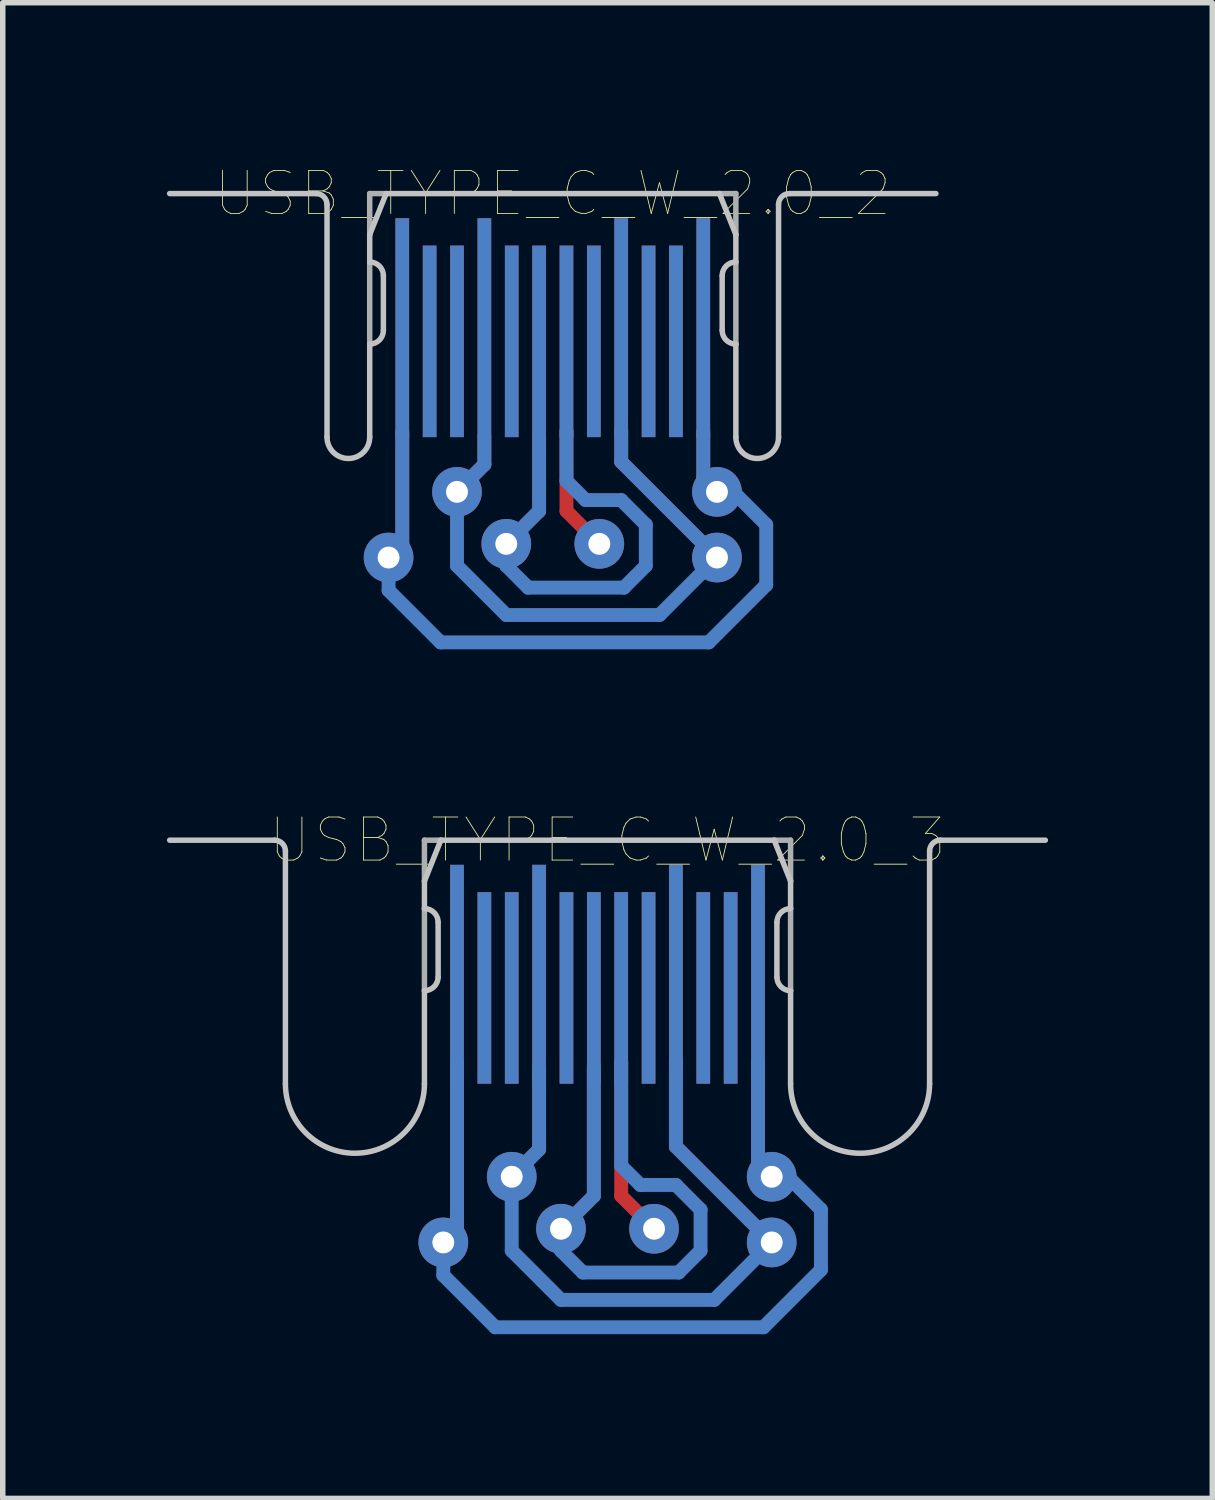
<source format=kicad_pcb>
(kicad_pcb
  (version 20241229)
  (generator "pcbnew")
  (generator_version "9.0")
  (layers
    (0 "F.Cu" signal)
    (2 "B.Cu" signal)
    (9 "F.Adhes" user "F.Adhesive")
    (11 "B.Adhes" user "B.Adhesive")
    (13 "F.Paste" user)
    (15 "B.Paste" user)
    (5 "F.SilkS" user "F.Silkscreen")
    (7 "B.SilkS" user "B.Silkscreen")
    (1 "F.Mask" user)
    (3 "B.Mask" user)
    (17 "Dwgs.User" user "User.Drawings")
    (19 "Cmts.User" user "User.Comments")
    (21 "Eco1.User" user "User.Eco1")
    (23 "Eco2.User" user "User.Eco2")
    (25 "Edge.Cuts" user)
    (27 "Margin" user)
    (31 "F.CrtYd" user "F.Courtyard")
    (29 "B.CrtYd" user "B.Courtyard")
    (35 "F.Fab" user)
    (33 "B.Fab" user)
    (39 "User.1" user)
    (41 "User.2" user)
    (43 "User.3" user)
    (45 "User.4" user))
  (footprint "USB_TYPE_C_W_2.0_2"
    (layer "F.Cu")
    (at 7.05 0.487)
    (property "Reference" "USB_TYPE_C_W_2.0_2" (at 0 0 0) (layer "F.SilkS") (effects (font (size 0.787 0.787) (thickness 0.015))))
    (attr through_hole)
    (fp_line (start -2.75 4.4) (end -2.75 6.4) (stroke (width 0.254) (type solid)) (layer "F.Cu"))
    (fp_line (start -2.75 6.4) (end -3 6.65) (stroke (width 0.254) (type solid)) (layer "F.Cu"))
    (fp_line (start -1.25 4.45) (end -1.25 4.95) (stroke (width 0.254) (type solid)) (layer "F.Cu"))
    (fp_line (start -1.25 4.95) (end -1.75 5.45) (stroke (width 0.254) (type solid)) (layer "F.Cu"))
    (fp_line (start -0.25 4.4) (end -0.25 5.8) (stroke (width 0.254) (type solid)) (layer "F.Cu"))
    (fp_line (start -0.25 5.8) (end -0.85 6.4) (stroke (width 0.254) (type solid)) (layer "F.Cu"))
    (fp_line (start 0.25 4.35) (end 0.25 5.8) (stroke (width 0.254) (type solid)) (layer "F.Cu"))
    (fp_line (start 0.25 5.8) (end 0.85 6.4) (stroke (width 0.254) (type solid)) (layer "F.Cu"))
    (fp_line (start 1.25 4.3) (end 1.25 4.9) (stroke (width 0.254) (type solid)) (layer "F.Cu"))
    (fp_line (start 1.25 4.9) (end 3 6.65) (stroke (width 0.254) (type solid)) (layer "F.Cu"))
    (fp_line (start 2.75 4.4) (end 2.75 5.2) (stroke (width 0.254) (type solid)) (layer "F.Cu"))
    (fp_line (start 2.75 5.2) (end 3 5.45) (stroke (width 0.254) (type solid)) (layer "F.Cu"))
    (fp_line (start -3 7.25) (end -3 6.65) (stroke (width 0.254) (type solid)) (layer "B.Cu"))
    (fp_line (start -2.75 4.35) (end -2.75 6.4) (stroke (width 0.254) (type solid)) (layer "B.Cu"))
    (fp_line (start -2.75 6.4) (end -3 6.65) (stroke (width 0.254) (type solid)) (layer "B.Cu"))
    (fp_line (start -2.05 8.2) (end -3 7.25) (stroke (width 0.254) (type solid)) (layer "B.Cu"))
    (fp_line (start -1.75 6.8) (end -1.75 5.45) (stroke (width 0.254) (type solid)) (layer "B.Cu"))
    (fp_line (start -1.25 4.45) (end -1.25 4.95) (stroke (width 0.254) (type solid)) (layer "B.Cu"))
    (fp_line (start -1.25 4.95) (end -1.75 5.45) (stroke (width 0.254) (type solid)) (layer "B.Cu"))
    (fp_line (start -0.85 6.8) (end -0.85 6.45) (stroke (width 0.254) (type solid)) (layer "B.Cu"))
    (fp_line (start -0.85 7.7) (end -1.75 6.8) (stroke (width 0.254) (type solid)) (layer "B.Cu"))
    (fp_line (start -0.45 7.2) (end -0.85 6.8) (stroke (width 0.254) (type solid)) (layer "B.Cu"))
    (fp_line (start -0.25 4.45) (end -0.25 5.8) (stroke (width 0.254) (type solid)) (layer "B.Cu"))
    (fp_line (start -0.25 5.8) (end -0.85 6.4) (stroke (width 0.254) (type solid)) (layer "B.Cu"))
    (fp_line (start 0.25 4.35) (end 0.25 5.25) (stroke (width 0.254) (type solid)) (layer "B.Cu"))
    (fp_line (start 0.25 5.25) (end 0.6 5.6) (stroke (width 0.254) (type solid)) (layer "B.Cu"))
    (fp_line (start 0.6 5.6) (end 1.25 5.6) (stroke (width 0.254) (type solid)) (layer "B.Cu"))
    (fp_line (start 1.25 4.35) (end 1.25 4.9) (stroke (width 0.254) (type solid)) (layer "B.Cu"))
    (fp_line (start 1.25 4.9) (end 3 6.65) (stroke (width 0.254) (type solid)) (layer "B.Cu"))
    (fp_line (start 1.25 5.6) (end 1.7 6.05) (stroke (width 0.254) (type solid)) (layer "B.Cu"))
    (fp_line (start 1.3 7.2) (end -0.45 7.2) (stroke (width 0.254) (type solid)) (layer "B.Cu"))
    (fp_line (start 1.7 6.05) (end 1.7 6.8) (stroke (width 0.254) (type solid)) (layer "B.Cu"))
    (fp_line (start 1.7 6.8) (end 1.3 7.2) (stroke (width 0.254) (type solid)) (layer "B.Cu"))
    (fp_line (start 1.95 7.7) (end -0.85 7.7) (stroke (width 0.254) (type solid)) (layer "B.Cu"))
    (fp_line (start 1.95 7.7) (end 3 6.65) (stroke (width 0.254) (type solid)) (layer "B.Cu"))
    (fp_line (start 2.75 4.35) (end 2.75 5.2) (stroke (width 0.254) (type solid)) (layer "B.Cu"))
    (fp_line (start 2.75 5.2) (end 3 5.45) (stroke (width 0.254) (type solid)) (layer "B.Cu"))
    (fp_line (start 2.85 8.2) (end -2.05 8.2) (stroke (width 0.254) (type solid)) (layer "B.Cu"))
    (fp_line (start 3 5.45) (end 3.3 5.45) (stroke (width 0.254) (type solid)) (layer "B.Cu"))
    (fp_line (start 3.3 5.45) (end 3.9 6.05) (stroke (width 0.254) (type solid)) (layer "B.Cu"))
    (fp_line (start 3.9 6.05) (end 3.9 7.15) (stroke (width 0.254) (type solid)) (layer "B.Cu"))
    (fp_line (start 3.9 7.15) (end 2.85 8.2) (stroke (width 0.254) (type solid)) (layer "B.Cu"))
    (fp_line (start -7 0) (end -4.325 0) (stroke (width 0.1) (type solid)) (layer "Dwgs.User"))
    (fp_line (start -4.125 0.2) (end -4.125 4.45) (stroke (width 0.1) (type solid)) (layer "Dwgs.User"))
    (fp_line (start -3.345 0.75) (end -3.345 1.25) (stroke (width 0.1) (type solid)) (layer "Dwgs.User"))
    (fp_line (start -3.345 2.75) (end -3.345 4.45) (stroke (width 0.1) (type solid)) (layer "Dwgs.User"))
    (fp_line (start -3.095 1.5) (end -3.095 2.5) (stroke (width 0.1) (type solid)) (layer "Dwgs.User"))
    (fp_line (start -3.045 0) (end -3.345 0.75) (stroke (width 0.1) (type solid)) (layer "Dwgs.User"))
    (fp_line (start -3.045 0) (end 3.045 0) (stroke (width 0.1) (type solid)) (layer "Dwgs.User"))
    (fp_line (start 3.045 0) (end 3.345 0.75) (stroke (width 0.1) (type solid)) (layer "Dwgs.User"))
    (fp_line (start 3.095 1.5) (end 3.095 2.5) (stroke (width 0.1) (type solid)) (layer "Dwgs.User"))
    (fp_line (start 3.345 0.75) (end 3.345 1.25) (stroke (width 0.1) (type solid)) (layer "Dwgs.User"))
    (fp_line (start 3.345 2.75) (end 3.345 4.45) (stroke (width 0.1) (type solid)) (layer "Dwgs.User"))
    (fp_line (start 4.125 0.2) (end 4.125 4.45) (stroke (width 0.1) (type solid)) (layer "Dwgs.User"))
    (fp_line (start 7 0) (end 4.325 0) (stroke (width 0.1) (type solid)) (layer "Dwgs.User"))
    (fp_arc (start -4.325 0) (mid -4.183579 0.058579) (end -4.125 0.2) (stroke (width 0.1) (type solid)) (layer "Dwgs.User"))
    (fp_arc (start -3.345 1.25) (mid -3.168223 1.323223) (end -3.095 1.5) (stroke (width 0.1) (type solid)) (layer "Dwgs.User"))
    (fp_arc (start -3.345 4.45) (mid -3.735 4.84) (end -4.125 4.45) (stroke (width 0.1) (type solid)) (layer "Dwgs.User"))
    (fp_arc (start -3.095 2.5) (mid -3.168223 2.676777) (end -3.345 2.75) (stroke (width 0.1) (type solid)) (layer "Dwgs.User"))
    (fp_arc (start 3.095 1.5) (mid 3.168223 1.323223) (end 3.345 1.25) (stroke (width 0.1) (type solid)) (layer "Dwgs.User"))
    (fp_arc (start 3.345 2.75) (mid 3.168223 2.676777) (end 3.095 2.5) (stroke (width 0.1) (type solid)) (layer "Dwgs.User"))
    (fp_arc (start 4.125 0.2) (mid 4.183579 0.058579) (end 4.325 0) (stroke (width 0.1) (type solid)) (layer "Dwgs.User"))
    (fp_arc (start 4.125 4.45) (mid 3.735 4.84) (end 3.345 4.45) (stroke (width 0.1) (type solid)) (layer "Dwgs.User"))
    (fp_line (start -3.345 0) (end -3.345 0.75) (stroke (width 0.1) (type solid)) (layer "F.Fab"))
    (fp_line (start -3.345 0) (end -3.045 0) (stroke (width 0.1) (type solid)) (layer "F.Fab"))
    (fp_line (start -3.345 1.25) (end -3.345 2.75) (stroke (width 0.1) (type solid)) (layer "F.Fab"))
    (fp_line (start 3.045 0) (end 3.345 0) (stroke (width 0.1) (type solid)) (layer "F.Fab"))
    (fp_line (start 3.345 0) (end 3.345 0.75) (stroke (width 0.1) (type solid)) (layer "F.Fab"))
    (fp_line (start 3.345 1.25) (end 3.345 2.75) (stroke (width 0.1) (type solid)) (layer "F.Fab"))
    (pad "A1" smd rect (at 2.75 2.45) (size 0.25 4) (layers "F.Cu" "F.Mask" "F.Paste"))
    (pad "A2" smd rect (at 2.25 2.7) (size 0.25 3.5) (layers "F.Cu" "F.Mask" "F.Paste"))
    (pad "A3" smd rect (at 1.75 2.7) (size 0.25 3.5) (layers "F.Cu" "F.Mask" "F.Paste"))
    (pad "A4" smd rect (at 1.25 2.45) (size 0.25 4) (layers "F.Cu" "F.Mask" "F.Paste"))
    (pad "A5" smd rect (at 0.75 2.7) (size 0.25 3.5) (layers "F.Cu" "F.Mask" "F.Paste"))
    (pad "A6" smd rect (at 0.25 2.7) (size 0.25 3.5) (layers "F.Cu" "F.Mask" "F.Paste"))
    (pad "A7" smd rect (at -0.25 2.7) (size 0.25 3.5) (layers "F.Cu" "F.Mask" "F.Paste"))
    (pad "A8" smd rect (at -0.75 2.7) (size 0.25 3.5) (layers "F.Cu" "F.Mask" "F.Paste"))
    (pad "A9" smd rect (at -1.25 2.45) (size 0.25 4) (layers "F.Cu" "F.Mask" "F.Paste"))
    (pad "A10" smd rect (at -1.75 2.7) (size 0.25 3.5) (layers "F.Cu" "F.Mask" "F.Paste"))
    (pad "A11" smd rect (at -2.25 2.7) (size 0.25 3.5) (layers "F.Cu" "F.Mask" "F.Paste"))
    (pad "A12" smd rect (at -2.75 2.45) (size 0.25 4) (layers "F.Cu" "F.Mask" "F.Paste"))
    (pad "B1" smd rect (at -2.75 2.45) (size 0.25 4) (layers "B.Cu" "B.Mask" "B.Paste"))
    (pad "B2" smd rect (at -2.25 2.7) (size 0.25 3.5) (layers "B.Cu" "B.Mask" "B.Paste"))
    (pad "B3" smd rect (at -1.75 2.7) (size 0.25 3.5) (layers "B.Cu" "B.Mask" "B.Paste"))
    (pad "B4" smd rect (at -1.25 2.45) (size 0.25 4) (layers "B.Cu" "B.Mask" "B.Paste"))
    (pad "B5" smd rect (at -0.75 2.7) (size 0.25 3.5) (layers "B.Cu" "B.Mask" "B.Paste"))
    (pad "B6" smd rect (at -0.25 2.7) (size 0.25 3.5) (layers "B.Cu" "B.Mask" "B.Paste"))
    (pad "B7" smd rect (at 0.25 2.7) (size 0.25 3.5) (layers "B.Cu" "B.Mask" "B.Paste"))
    (pad "B8" smd rect (at 0.75 2.7) (size 0.25 3.5) (layers "B.Cu" "B.Mask" "B.Paste"))
    (pad "B9" smd rect (at 1.25 2.45) (size 0.25 4) (layers "B.Cu" "B.Mask" "B.Paste"))
    (pad "B10" smd rect (at 1.75 2.7) (size 0.25 3.5) (layers "B.Cu" "B.Mask" "B.Paste"))
    (pad "B11" smd rect (at 2.25 2.7) (size 0.25 3.5) (layers "B.Cu" "B.Mask" "B.Paste"))
    (pad "B12" smd rect (at 2.75 2.45) (size 0.25 4) (layers "B.Cu" "B.Mask" "B.Paste"))
    (pad "D" thru_hole circle (at -0.85 6.4) (size 0.908 0.908) (drill 0.4) (layers "*.Cu" "*.Mask"))
    (pad "D+" thru_hole circle (at 0.85 6.4) (size 0.908 0.908) (drill 0.4) (layers "*.Cu" "*.Mask"))
    (pad "GND" thru_hole circle (at -3 6.65) (size 0.908 0.908) (drill 0.4) (layers "*.Cu" "*.Mask"))
    (pad "P$5" thru_hole circle (at -1.75 5.45) (size 0.908 0.908) (drill 0.4) (layers "*.Cu"))
    (pad "P$6" thru_hole circle (at 3 5.45) (size 0.908 0.908) (drill 0.4) (layers "*.Cu"))
    (pad "VBUS" thru_hole circle (at 3 6.65) (size 0.908 0.908) (drill 0.4) (layers "*.Cu" "*.Mask")))
  (footprint "USB_TYPE_C_W_2.0_3"
    (layer "F.Cu")
    (at 8.05 12.301)
    (property "Reference" "USB_TYPE_C_W_2.0_3" (at 0 0 0) (layer "F.SilkS") (effects (font (size 0.787 0.787) (thickness 0.015))))
    (attr through_hole)
    (fp_line (start -2.75 4.1) (end -2.75 7.1) (stroke (width 0.254) (type solid)) (layer "F.Cu"))
    (fp_line (start -2.75 7.1) (end -3 7.35) (stroke (width 0.254) (type solid)) (layer "F.Cu"))
    (fp_line (start -1.25 4.15) (end -1.25 5.65) (stroke (width 0.254) (type solid)) (layer "F.Cu"))
    (fp_line (start -1.25 5.65) (end -1.75 6.15) (stroke (width 0.254) (type solid)) (layer "F.Cu"))
    (fp_line (start -0.25 4.1) (end -0.25 6.5) (stroke (width 0.254) (type solid)) (layer "F.Cu"))
    (fp_line (start -0.25 6.5) (end -0.85 7.1) (stroke (width 0.254) (type solid)) (layer "F.Cu"))
    (fp_line (start 0.25 4.05) (end 0.25 6.5) (stroke (width 0.254) (type solid)) (layer "F.Cu"))
    (fp_line (start 0.25 6.5) (end 0.85 7.1) (stroke (width 0.254) (type solid)) (layer "F.Cu"))
    (fp_line (start 1.25 4) (end 1.25 5.6) (stroke (width 0.254) (type solid)) (layer "F.Cu"))
    (fp_line (start 1.25 5.6) (end 3 7.35) (stroke (width 0.254) (type solid)) (layer "F.Cu"))
    (fp_line (start 2.75 4.1) (end 2.75 5.9) (stroke (width 0.254) (type solid)) (layer "F.Cu"))
    (fp_line (start 2.75 5.9) (end 3 6.15) (stroke (width 0.254) (type solid)) (layer "F.Cu"))
    (fp_line (start -3 7.95) (end -3 7.35) (stroke (width 0.254) (type solid)) (layer "B.Cu"))
    (fp_line (start -2.75 4.05) (end -2.75 7.1) (stroke (width 0.254) (type solid)) (layer "B.Cu"))
    (fp_line (start -2.75 7.1) (end -3 7.35) (stroke (width 0.254) (type solid)) (layer "B.Cu"))
    (fp_line (start -2.05 8.9) (end -3 7.95) (stroke (width 0.254) (type solid)) (layer "B.Cu"))
    (fp_line (start -1.75 7.5) (end -1.75 6.15) (stroke (width 0.254) (type solid)) (layer "B.Cu"))
    (fp_line (start -1.25 4.15) (end -1.25 5.65) (stroke (width 0.254) (type solid)) (layer "B.Cu"))
    (fp_line (start -1.25 5.65) (end -1.75 6.15) (stroke (width 0.254) (type solid)) (layer "B.Cu"))
    (fp_line (start -0.85 7.5) (end -0.85 7.15) (stroke (width 0.254) (type solid)) (layer "B.Cu"))
    (fp_line (start -0.85 8.4) (end -1.75 7.5) (stroke (width 0.254) (type solid)) (layer "B.Cu"))
    (fp_line (start -0.45 7.9) (end -0.85 7.5) (stroke (width 0.254) (type solid)) (layer "B.Cu"))
    (fp_line (start -0.25 4.15) (end -0.25 6.5) (stroke (width 0.254) (type solid)) (layer "B.Cu"))
    (fp_line (start -0.25 6.5) (end -0.85 7.1) (stroke (width 0.254) (type solid)) (layer "B.Cu"))
    (fp_line (start 0.25 4.05) (end 0.25 5.95) (stroke (width 0.254) (type solid)) (layer "B.Cu"))
    (fp_line (start 0.25 5.95) (end 0.6 6.3) (stroke (width 0.254) (type solid)) (layer "B.Cu"))
    (fp_line (start 0.6 6.3) (end 1.25 6.3) (stroke (width 0.254) (type solid)) (layer "B.Cu"))
    (fp_line (start 1.25 4.05) (end 1.25 5.6) (stroke (width 0.254) (type solid)) (layer "B.Cu"))
    (fp_line (start 1.25 5.6) (end 3 7.35) (stroke (width 0.254) (type solid)) (layer "B.Cu"))
    (fp_line (start 1.25 6.3) (end 1.7 6.75) (stroke (width 0.254) (type solid)) (layer "B.Cu"))
    (fp_line (start 1.3 7.9) (end -0.45 7.9) (stroke (width 0.254) (type solid)) (layer "B.Cu"))
    (fp_line (start 1.7 6.75) (end 1.7 7.5) (stroke (width 0.254) (type solid)) (layer "B.Cu"))
    (fp_line (start 1.7 7.5) (end 1.3 7.9) (stroke (width 0.254) (type solid)) (layer "B.Cu"))
    (fp_line (start 1.95 8.4) (end -0.85 8.4) (stroke (width 0.254) (type solid)) (layer "B.Cu"))
    (fp_line (start 1.95 8.4) (end 3 7.35) (stroke (width 0.254) (type solid)) (layer "B.Cu"))
    (fp_line (start 2.75 4.05) (end 2.75 5.9) (stroke (width 0.254) (type solid)) (layer "B.Cu"))
    (fp_line (start 2.75 5.9) (end 3 6.15) (stroke (width 0.254) (type solid)) (layer "B.Cu"))
    (fp_line (start 2.85 8.9) (end -2.05 8.9) (stroke (width 0.254) (type solid)) (layer "B.Cu"))
    (fp_line (start 3 6.15) (end 3.3 6.15) (stroke (width 0.254) (type solid)) (layer "B.Cu"))
    (fp_line (start 3.3 6.15) (end 3.9 6.75) (stroke (width 0.254) (type solid)) (layer "B.Cu"))
    (fp_line (start 3.9 6.75) (end 3.9 7.85) (stroke (width 0.254) (type solid)) (layer "B.Cu"))
    (fp_line (start 3.9 7.85) (end 2.85 8.9) (stroke (width 0.254) (type solid)) (layer "B.Cu"))
    (fp_line (start -8 0) (end -6.085 0) (stroke (width 0.1) (type solid)) (layer "Dwgs.User"))
    (fp_line (start -5.885 0.2) (end -5.885 4.45) (stroke (width 0.1) (type solid)) (layer "Dwgs.User"))
    (fp_line (start -3.345 0.75) (end -3.345 1.25) (stroke (width 0.1) (type solid)) (layer "Dwgs.User"))
    (fp_line (start -3.345 2.75) (end -3.345 4.45) (stroke (width 0.1) (type solid)) (layer "Dwgs.User"))
    (fp_line (start -3.095 1.5) (end -3.095 2.5) (stroke (width 0.1) (type solid)) (layer "Dwgs.User"))
    (fp_line (start -3.045 0) (end -3.345 0.75) (stroke (width 0.1) (type solid)) (layer "Dwgs.User"))
    (fp_line (start -3.045 0) (end 3.045 0) (stroke (width 0.1) (type solid)) (layer "Dwgs.User"))
    (fp_line (start 3.045 0) (end 3.345 0.75) (stroke (width 0.1) (type solid)) (layer "Dwgs.User"))
    (fp_line (start 3.095 1.5) (end 3.095 2.5) (stroke (width 0.1) (type solid)) (layer "Dwgs.User"))
    (fp_line (start 3.345 0.75) (end 3.345 1.25) (stroke (width 0.1) (type solid)) (layer "Dwgs.User"))
    (fp_line (start 3.345 2.75) (end 3.345 4.45) (stroke (width 0.1) (type solid)) (layer "Dwgs.User"))
    (fp_line (start 5.885 0.2) (end 5.885 4.45) (stroke (width 0.1) (type solid)) (layer "Dwgs.User"))
    (fp_line (start 8 0) (end 6.085 0) (stroke (width 0.1) (type solid)) (layer "Dwgs.User"))
    (fp_arc (start -6.085 0) (mid -5.943579 0.058579) (end -5.885 0.2) (stroke (width 0.1) (type solid)) (layer "Dwgs.User"))
    (fp_arc (start -3.345 1.25) (mid -3.168223 1.323223) (end -3.095 1.5) (stroke (width 0.1) (type solid)) (layer "Dwgs.User"))
    (fp_arc (start -3.345 4.45) (mid -4.615 5.72) (end -5.885 4.45) (stroke (width 0.1) (type solid)) (layer "Dwgs.User"))
    (fp_arc (start -3.095 2.5) (mid -3.168223 2.676777) (end -3.345 2.75) (stroke (width 0.1) (type solid)) (layer "Dwgs.User"))
    (fp_arc (start 3.095 1.5) (mid 3.168223 1.323223) (end 3.345 1.25) (stroke (width 0.1) (type solid)) (layer "Dwgs.User"))
    (fp_arc (start 3.345 2.75) (mid 3.168223 2.676777) (end 3.095 2.5) (stroke (width 0.1) (type solid)) (layer "Dwgs.User"))
    (fp_arc (start 5.885 0.2) (mid 5.943579 0.058579) (end 6.085 0) (stroke (width 0.1) (type solid)) (layer "Dwgs.User"))
    (fp_arc (start 5.885 4.45) (mid 4.615 5.72) (end 3.345 4.45) (stroke (width 0.1) (type solid)) (layer "Dwgs.User"))
    (fp_line (start -3.345 0) (end -3.345 0.75) (stroke (width 0.1) (type solid)) (layer "F.Fab"))
    (fp_line (start -3.345 0) (end -3.045 0) (stroke (width 0.1) (type solid)) (layer "F.Fab"))
    (fp_line (start -3.345 1.25) (end -3.345 2.75) (stroke (width 0.1) (type solid)) (layer "F.Fab"))
    (fp_line (start 3.045 0) (end 3.345 0) (stroke (width 0.1) (type solid)) (layer "F.Fab"))
    (fp_line (start 3.345 0) (end 3.345 0.75) (stroke (width 0.1) (type solid)) (layer "F.Fab"))
    (fp_line (start 3.345 1.25) (end 3.345 2.75) (stroke (width 0.1) (type solid)) (layer "F.Fab"))
    (pad "A1" smd rect (at 2.75 2.45) (size 0.25 4) (layers "F.Cu" "F.Mask" "F.Paste"))
    (pad "A2" smd rect (at 2.25 2.7) (size 0.25 3.5) (layers "F.Cu" "F.Mask" "F.Paste"))
    (pad "A3" smd rect (at 1.75 2.7) (size 0.25 3.5) (layers "F.Cu" "F.Mask" "F.Paste"))
    (pad "A4" smd rect (at 1.25 2.45) (size 0.25 4) (layers "F.Cu" "F.Mask" "F.Paste"))
    (pad "A5" smd rect (at 0.75 2.7) (size 0.25 3.5) (layers "F.Cu" "F.Mask" "F.Paste"))
    (pad "A6" smd rect (at 0.25 2.7) (size 0.25 3.5) (layers "F.Cu" "F.Mask" "F.Paste"))
    (pad "A7" smd rect (at -0.25 2.7) (size 0.25 3.5) (layers "F.Cu" "F.Mask" "F.Paste"))
    (pad "A8" smd rect (at -0.75 2.7) (size 0.25 3.5) (layers "F.Cu" "F.Mask" "F.Paste"))
    (pad "A9" smd rect (at -1.25 2.45) (size 0.25 4) (layers "F.Cu" "F.Mask" "F.Paste"))
    (pad "A10" smd rect (at -1.75 2.7) (size 0.25 3.5) (layers "F.Cu" "F.Mask" "F.Paste"))
    (pad "A11" smd rect (at -2.25 2.7) (size 0.25 3.5) (layers "F.Cu" "F.Mask" "F.Paste"))
    (pad "A12" smd rect (at -2.75 2.45) (size 0.25 4) (layers "F.Cu" "F.Mask" "F.Paste"))
    (pad "B1" smd rect (at -2.75 2.45) (size 0.25 4) (layers "B.Cu" "B.Mask" "B.Paste"))
    (pad "B2" smd rect (at -2.25 2.7) (size 0.25 3.5) (layers "B.Cu" "B.Mask" "B.Paste"))
    (pad "B3" smd rect (at -1.75 2.7) (size 0.25 3.5) (layers "B.Cu" "B.Mask" "B.Paste"))
    (pad "B4" smd rect (at -1.25 2.45) (size 0.25 4) (layers "B.Cu" "B.Mask" "B.Paste"))
    (pad "B5" smd rect (at -0.75 2.7) (size 0.25 3.5) (layers "B.Cu" "B.Mask" "B.Paste"))
    (pad "B6" smd rect (at -0.25 2.7) (size 0.25 3.5) (layers "B.Cu" "B.Mask" "B.Paste"))
    (pad "B7" smd rect (at 0.25 2.7) (size 0.25 3.5) (layers "B.Cu" "B.Mask" "B.Paste"))
    (pad "B8" smd rect (at 0.75 2.7) (size 0.25 3.5) (layers "B.Cu" "B.Mask" "B.Paste"))
    (pad "B9" smd rect (at 1.25 2.45) (size 0.25 4) (layers "B.Cu" "B.Mask" "B.Paste"))
    (pad "B10" smd rect (at 1.75 2.7) (size 0.25 3.5) (layers "B.Cu" "B.Mask" "B.Paste"))
    (pad "B11" smd rect (at 2.25 2.7) (size 0.25 3.5) (layers "B.Cu" "B.Mask" "B.Paste"))
    (pad "B12" smd rect (at 2.75 2.45) (size 0.25 4) (layers "B.Cu" "B.Mask" "B.Paste"))
    (pad "D" thru_hole circle (at -0.85 7.1) (size 0.908 0.908) (drill 0.4) (layers "*.Cu" "*.Mask"))
    (pad "D+" thru_hole circle (at 0.85 7.1) (size 0.908 0.908) (drill 0.4) (layers "*.Cu" "*.Mask"))
    (pad "GND" thru_hole circle (at -3 7.35) (size 0.908 0.908) (drill 0.4) (layers "*.Cu" "*.Mask"))
    (pad "P$5" thru_hole circle (at -1.75 6.15) (size 0.908 0.908) (drill 0.4) (layers "*.Cu"))
    (pad "P$6" thru_hole circle (at 3 6.15) (size 0.908 0.908) (drill 0.4) (layers "*.Cu"))
    (pad "VBUS" thru_hole circle (at 3 7.35) (size 0.908 0.908) (drill 0.4) (layers "*.Cu" "*.Mask")))
  (gr_rect
    (start -3 -3)
    (end 19.1 24.328)
    (stroke (width 0.1) (type default))
    (fill no)
    (layer "Edge.Cuts")))
</source>
